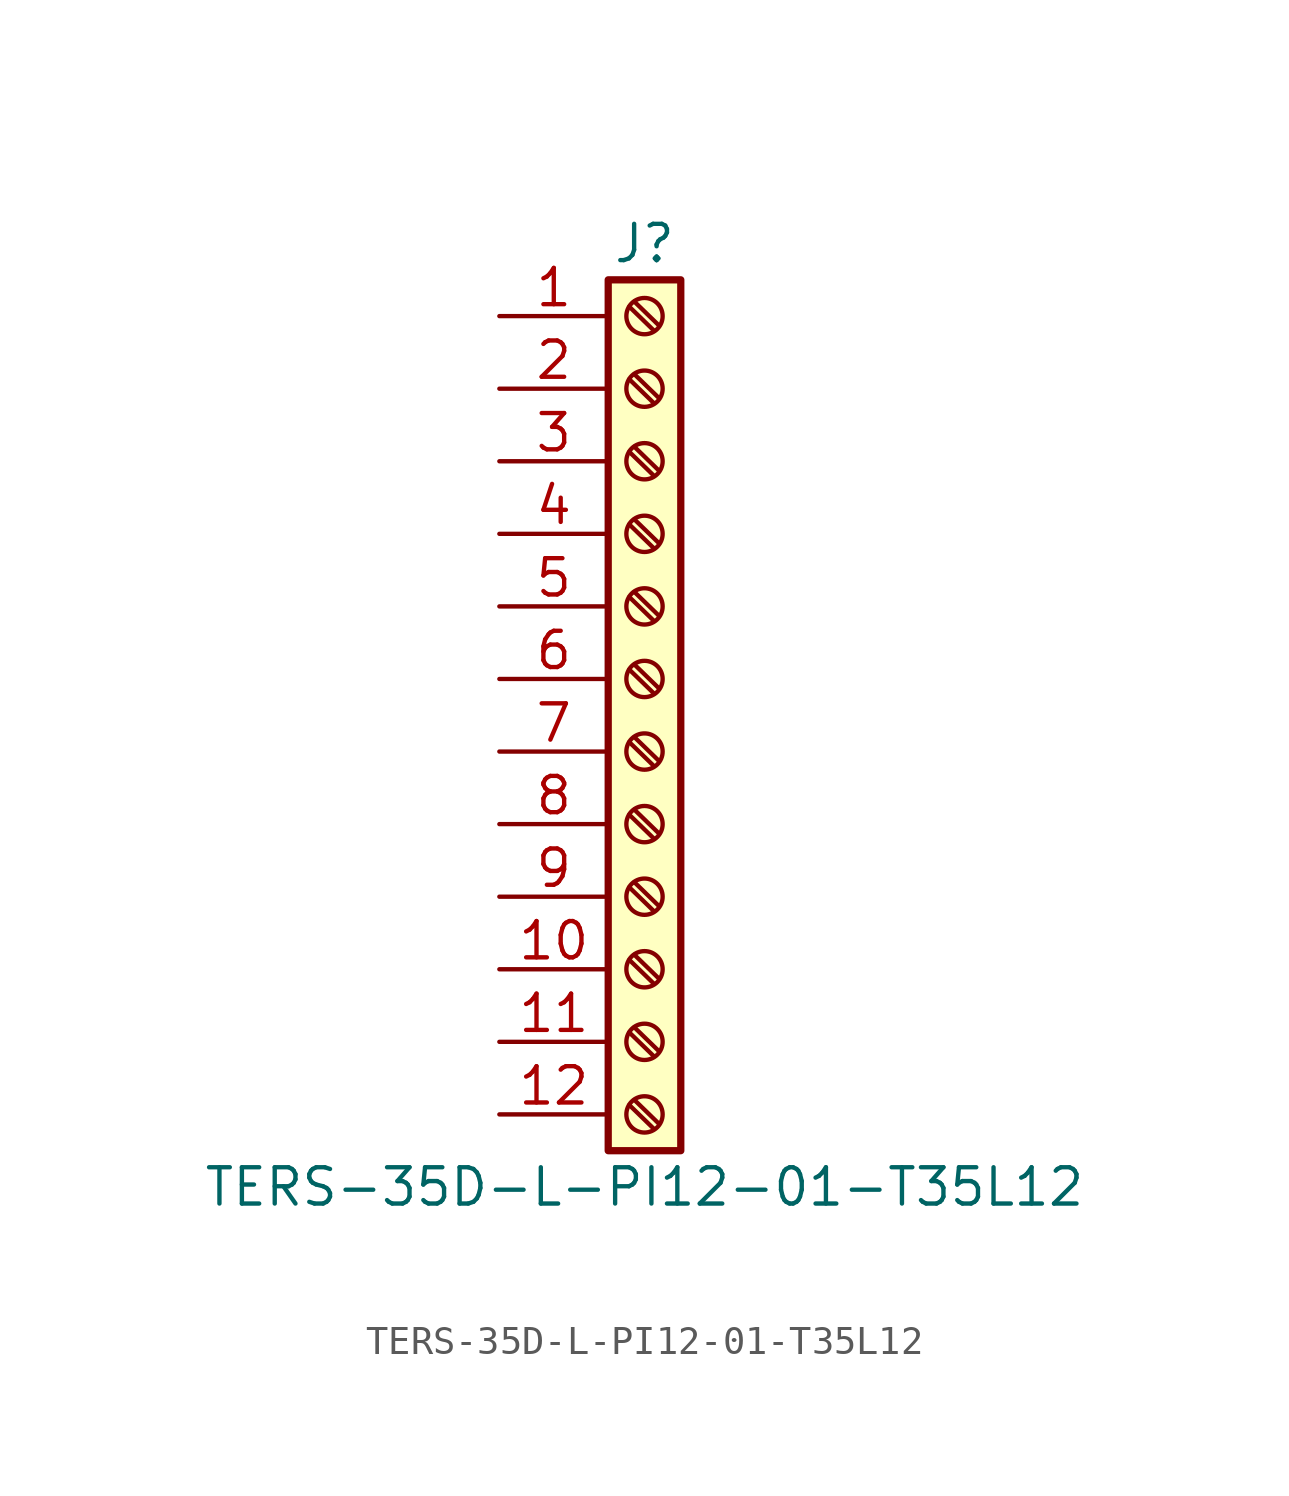
<source format=kicad_sym>
(kicad_symbol_lib
  (version 20211014)
  (generator kicad_symbol_editor)
  (symbol "TERS-35D-L-PI12-01-T35L12"
    (pin_names
      (offset 1.016) hide)
    (property "Reference" "J"
      (at 0 15.24 0)
      (effects (font (size 1.27 1.27))))
    (property "Value" "TERS-35D-L-PI12-01-T35L12"
      (at 0 -17.78 0)
      (effects (font (size 1.27 1.27))))
    (symbol "TERS-35D-L-PI12-01-T35L12_1_1"
      (rectangle (start -1.27 13.97) (end 1.27 -16.51) (stroke (width 0.254) (type default) (color 0 0 0 0)) (fill (type background)))
      (circle (center 0 -15.24) (radius 0.635) (stroke (width 0.152) (type default) (color 0 0 0 0)) (fill (type none)))
      (circle (center 0 -12.7) (radius 0.635) (stroke (width 0.152) (type default) (color 0 0 0 0)) (fill (type none)))
      (circle (center 0 -10.16) (radius 0.635) (stroke (width 0.152) (type default) (color 0 0 0 0)) (fill (type none)))
      (circle (center 0 -7.62) (radius 0.635) (stroke (width 0.152) (type default) (color 0 0 0 0)) (fill (type none)))
      (circle (center 0 -5.08) (radius 0.635) (stroke (width 0.152) (type default) (color 0 0 0 0)) (fill (type none)))
      (circle (center 0 -2.54) (radius 0.635) (stroke (width 0.152) (type default) (color 0 0 0 0)) (fill (type none)))
      (polyline (pts (xy -0.533 -14.91) (xy 0.33 -15.748)) (stroke (width 0.152) (type default) (color 0 0 0 0)) (fill (type none)))
      (polyline (pts (xy -0.533 -12.37) (xy 0.33 -13.208)) (stroke (width 0.152) (type default) (color 0 0 0 0)) (fill (type none)))
      (polyline (pts (xy -0.533 -9.83) (xy 0.33 -10.668)) (stroke (width 0.152) (type default) (color 0 0 0 0)) (fill (type none)))
      (polyline (pts (xy -0.533 -7.29) (xy 0.33 -8.128)) (stroke (width 0.152) (type default) (color 0 0 0 0)) (fill (type none)))
      (polyline (pts (xy -0.533 -4.75) (xy 0.33 -5.588)) (stroke (width 0.152) (type default) (color 0 0 0 0)) (fill (type none)))
      (polyline (pts (xy -0.533 -2.21) (xy 0.33 -3.048)) (stroke (width 0.152) (type default) (color 0 0 0 0)) (fill (type none)))
      (polyline (pts (xy -0.533 0.33) (xy 0.33 -0.508)) (stroke (width 0.152) (type default) (color 0 0 0 0)) (fill (type none)))
      (polyline (pts (xy -0.533 2.87) (xy 0.33 2.032)) (stroke (width 0.152) (type default) (color 0 0 0 0)) (fill (type none)))
      (polyline (pts (xy -0.533 5.41) (xy 0.33 4.572)) (stroke (width 0.152) (type default) (color 0 0 0 0)) (fill (type none)))
      (polyline (pts (xy -0.533 7.95) (xy 0.33 7.112)) (stroke (width 0.152) (type default) (color 0 0 0 0)) (fill (type none)))
      (polyline (pts (xy -0.533 10.49) (xy 0.33 9.652)) (stroke (width 0.152) (type default) (color 0 0 0 0)) (fill (type none)))
      (polyline (pts (xy -0.533 13.03) (xy 0.33 12.192)) (stroke (width 0.152) (type default) (color 0 0 0 0)) (fill (type none)))
      (polyline (pts (xy -0.356 -14.732) (xy 0.508 -15.57)) (stroke (width 0.152) (type default) (color 0 0 0 0)) (fill (type none)))
      (polyline (pts (xy -0.356 -12.192) (xy 0.508 -13.03)) (stroke (width 0.152) (type default) (color 0 0 0 0)) (fill (type none)))
      (polyline (pts (xy -0.356 -9.652) (xy 0.508 -10.49)) (stroke (width 0.152) (type default) (color 0 0 0 0)) (fill (type none)))
      (polyline (pts (xy -0.356 -7.112) (xy 0.508 -7.95)) (stroke (width 0.152) (type default) (color 0 0 0 0)) (fill (type none)))
      (polyline (pts (xy -0.356 -4.572) (xy 0.508 -5.41)) (stroke (width 0.152) (type default) (color 0 0 0 0)) (fill (type none)))
      (polyline (pts (xy -0.356 -2.032) (xy 0.508 -2.87)) (stroke (width 0.152) (type default) (color 0 0 0 0)) (fill (type none)))
      (polyline (pts (xy -0.356 0.508) (xy 0.508 -0.33)) (stroke (width 0.152) (type default) (color 0 0 0 0)) (fill (type none)))
      (polyline (pts (xy -0.356 3.048) (xy 0.508 2.21)) (stroke (width 0.152) (type default) (color 0 0 0 0)) (fill (type none)))
      (polyline (pts (xy -0.356 5.588) (xy 0.508 4.75)) (stroke (width 0.152) (type default) (color 0 0 0 0)) (fill (type none)))
      (polyline (pts (xy -0.356 8.128) (xy 0.508 7.29)) (stroke (width 0.152) (type default) (color 0 0 0 0)) (fill (type none)))
      (polyline (pts (xy -0.356 10.668) (xy 0.508 9.83)) (stroke (width 0.152) (type default) (color 0 0 0 0)) (fill (type none)))
      (polyline (pts (xy -0.356 13.208) (xy 0.508 12.37)) (stroke (width 0.152) (type default) (color 0 0 0 0)) (fill (type none)))
      (circle (center 0 0) (radius 0.635) (stroke (width 0.152) (type default) (color 0 0 0 0)) (fill (type none)))
      (circle (center 0 2.54) (radius 0.635) (stroke (width 0.152) (type default) (color 0 0 0 0)) (fill (type none)))
      (circle (center 0 5.08) (radius 0.635) (stroke (width 0.152) (type default) (color 0 0 0 0)) (fill (type none)))
      (circle (center 0 7.62) (radius 0.635) (stroke (width 0.152) (type default) (color 0 0 0 0)) (fill (type none)))
      (circle (center 0 10.16) (radius 0.635) (stroke (width 0.152) (type default) (color 0 0 0 0)) (fill (type none)))
      (circle (center 0 12.7) (radius 0.635) (stroke (width 0.152) (type default) (color 0 0 0 0)) (fill (type none)))
      (pin passive line (at -5.08 12.7 0) (length 3.81) (name "Pin_1" (effects (font (size 1.27 1.27)))) (number "1" (effects (font (size 1.27 1.27)))))
      (pin passive line (at -5.08 -10.16 0) (length 3.81) (name "Pin_10" (effects (font (size 1.27 1.27)))) (number "10" (effects (font (size 1.27 1.27)))))
      (pin passive line (at -5.08 -12.7 0) (length 3.81) (name "Pin_11" (effects (font (size 1.27 1.27)))) (number "11" (effects (font (size 1.27 1.27)))))
      (pin passive line (at -5.08 -15.24 0) (length 3.81) (name "Pin_12" (effects (font (size 1.27 1.27)))) (number "12" (effects (font (size 1.27 1.27)))))
      (pin passive line (at -5.08 10.16 0) (length 3.81) (name "Pin_2" (effects (font (size 1.27 1.27)))) (number "2" (effects (font (size 1.27 1.27)))))
      (pin passive line (at -5.08 7.62 0) (length 3.81) (name "Pin_3" (effects (font (size 1.27 1.27)))) (number "3" (effects (font (size 1.27 1.27)))))
      (pin passive line (at -5.08 5.08 0) (length 3.81) (name "Pin_4" (effects (font (size 1.27 1.27)))) (number "4" (effects (font (size 1.27 1.27)))))
      (pin passive line (at -5.08 2.54 0) (length 3.81) (name "Pin_5" (effects (font (size 1.27 1.27)))) (number "5" (effects (font (size 1.27 1.27)))))
      (pin passive line (at -5.08 0 0) (length 3.81) (name "Pin_6" (effects (font (size 1.27 1.27)))) (number "6" (effects (font (size 1.27 1.27)))))
      (pin passive line (at -5.08 -2.54 0) (length 3.81) (name "Pin_7" (effects (font (size 1.27 1.27)))) (number "7" (effects (font (size 1.27 1.27)))))
      (pin passive line (at -5.08 -5.08 0) (length 3.81) (name "Pin_8" (effects (font (size 1.27 1.27)))) (number "8" (effects (font (size 1.27 1.27)))))
      (pin passive line (at -5.08 -7.62 0) (length 3.81) (name "Pin_9" (effects (font (size 1.27 1.27)))) (number "9" (effects (font (size 1.27 1.27))))))))
</source>
